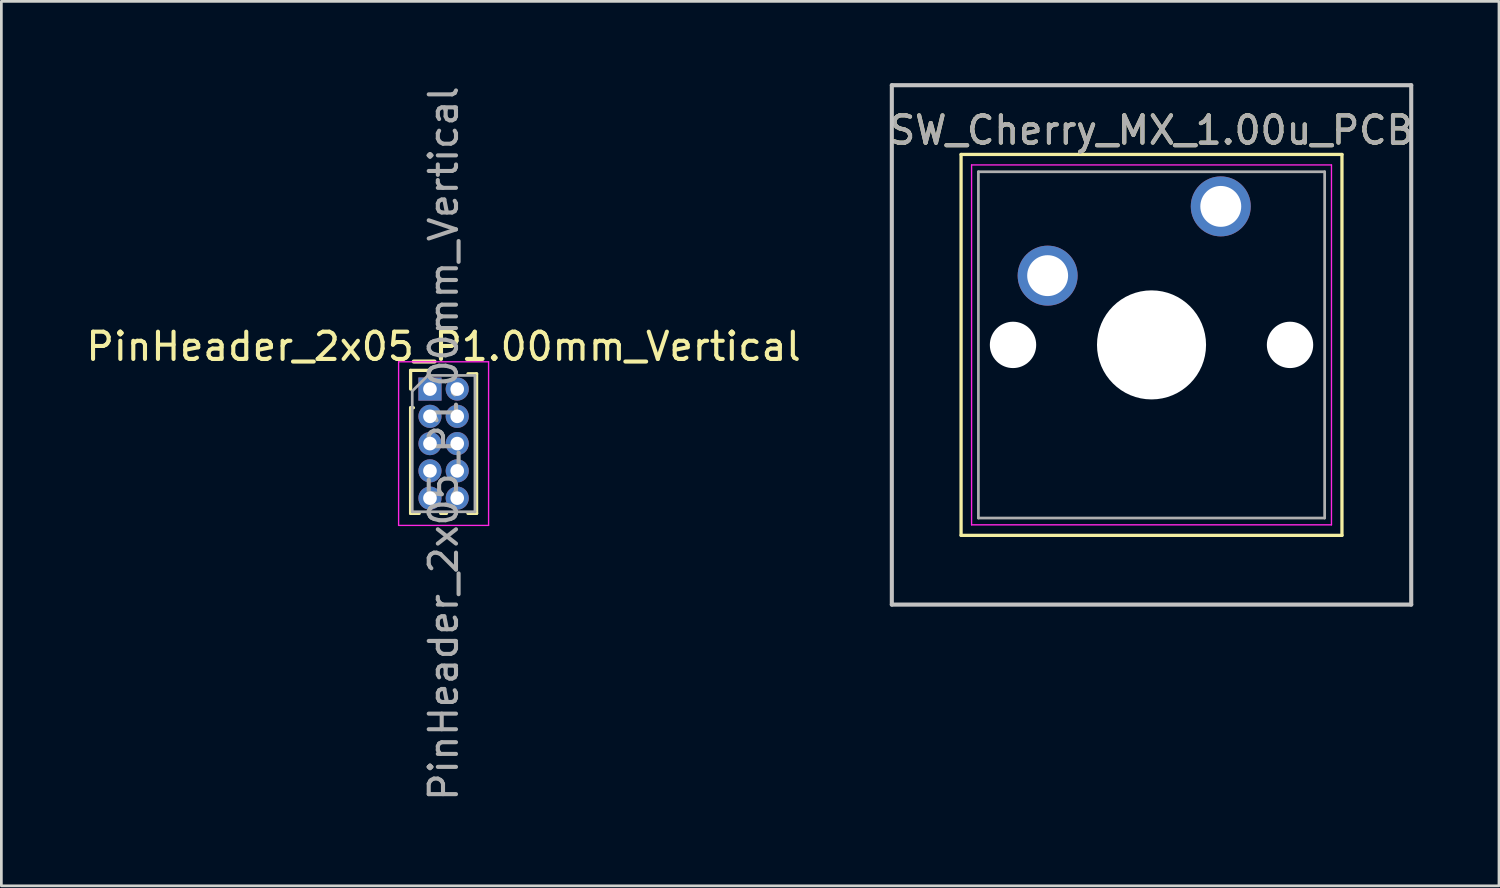
<source format=kicad_pcb>
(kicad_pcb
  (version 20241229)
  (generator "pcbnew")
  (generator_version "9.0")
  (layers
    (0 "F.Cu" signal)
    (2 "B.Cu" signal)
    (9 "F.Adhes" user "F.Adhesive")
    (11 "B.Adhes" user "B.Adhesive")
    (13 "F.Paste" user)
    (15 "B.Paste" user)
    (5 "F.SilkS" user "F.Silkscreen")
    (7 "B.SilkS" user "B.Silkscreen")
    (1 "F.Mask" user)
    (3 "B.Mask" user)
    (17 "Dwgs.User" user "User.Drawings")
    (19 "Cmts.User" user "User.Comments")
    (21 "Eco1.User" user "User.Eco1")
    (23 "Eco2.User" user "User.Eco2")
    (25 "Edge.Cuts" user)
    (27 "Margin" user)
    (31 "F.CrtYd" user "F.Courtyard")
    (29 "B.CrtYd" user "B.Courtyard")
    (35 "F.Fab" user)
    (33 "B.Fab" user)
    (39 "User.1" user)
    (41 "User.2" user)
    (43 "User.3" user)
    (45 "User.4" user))
  (footprint "SW_Cherry_MX_1.00u_PCB"
    (layer "F.Cu")
    (at 41.725 4.52)
    (property "Reference" "SW_Cherry_MX_1.00u_PCB" (at -2.54 -2.794 0) (layer "F.SilkS") (effects (font (size 1 1) (thickness 0.15))))
    (attr through_hole)
    (fp_line (start -9.525 -1.905) (end 4.445 -1.905) (stroke (width 0.12) (type solid)) (layer "F.SilkS"))
    (fp_line (start -9.525 12.065) (end -9.525 -1.905) (stroke (width 0.12) (type solid)) (layer "F.SilkS"))
    (fp_line (start 4.445 -1.905) (end 4.445 12.065) (stroke (width 0.12) (type solid)) (layer "F.SilkS"))
    (fp_line (start 4.445 12.065) (end -9.525 12.065) (stroke (width 0.12) (type solid)) (layer "F.SilkS"))
    (fp_line (start -12.065 -4.445) (end 6.985 -4.445) (stroke (width 0.15) (type solid)) (layer "Dwgs.User"))
    (fp_line (start -12.065 14.605) (end -12.065 -4.445) (stroke (width 0.15) (type solid)) (layer "Dwgs.User"))
    (fp_line (start 6.985 -4.445) (end 6.985 14.605) (stroke (width 0.15) (type solid)) (layer "Dwgs.User"))
    (fp_line (start 6.985 14.605) (end -12.065 14.605) (stroke (width 0.15) (type solid)) (layer "Dwgs.User"))
    (fp_line (start -9.14 -1.52) (end 4.06 -1.52) (stroke (width 0.05) (type solid)) (layer "F.CrtYd"))
    (fp_line (start -9.14 11.68) (end -9.14 -1.52) (stroke (width 0.05) (type solid)) (layer "F.CrtYd"))
    (fp_line (start 4.06 -1.52) (end 4.06 11.68) (stroke (width 0.05) (type solid)) (layer "F.CrtYd"))
    (fp_line (start 4.06 11.68) (end -9.14 11.68) (stroke (width 0.05) (type solid)) (layer "F.CrtYd"))
    (fp_line (start -8.89 -1.27) (end 3.81 -1.27) (stroke (width 0.1) (type solid)) (layer "F.Fab"))
    (fp_line (start -8.89 11.43) (end -8.89 -1.27) (stroke (width 0.1) (type solid)) (layer "F.Fab"))
    (fp_line (start 3.81 -1.27) (end 3.81 11.43) (stroke (width 0.1) (type solid)) (layer "F.Fab"))
    (fp_line (start 3.81 11.43) (end -8.89 11.43) (stroke (width 0.1) (type solid)) (layer "F.Fab"))
    (fp_text user "${REFERENCE}" (at -2.54 -2.794 0) (layer "F.Fab") (effects (font (size 1 1) (thickness 0.15))))
    (pad "" np_thru_hole circle (at -7.62 5.08) (size 1.7 1.7) (drill 1.7) (layers "*.Cu" "*.Mask"))
    (pad "" np_thru_hole circle (at -2.54 5.08) (size 4 4) (drill 4) (layers "*.Cu" "*.Mask"))
    (pad "" np_thru_hole circle (at 2.54 5.08) (size 1.7 1.7) (drill 1.7) (layers "*.Cu" "*.Mask"))
    (pad "1" thru_hole circle (at 0 0) (size 2.2 2.2) (drill 1.5) (layers "*.Cu" "*.Mask"))
    (pad "2" thru_hole circle (at -6.35 2.54) (size 2.2 2.2) (drill 1.5) (layers "*.Cu" "*.Mask")))
  (footprint "PinHeader_2x05_P1.00mm_Vertical"
    (layer "F.Cu")
    (at 12.72 11.22)
    (property "Reference" "PinHeader_2x05_P1.00mm_Vertical" (at 0.5 -1.56 0) (layer "F.SilkS") (effects (font (size 1 1) (thickness 0.15))))
    (attr through_hole)
    (fp_line (start -0.71 -0.685) (end 0 -0.685) (stroke (width 0.12) (type solid)) (layer "F.SilkS"))
    (fp_line (start -0.71 0) (end -0.71 -0.685) (stroke (width 0.12) (type solid)) (layer "F.SilkS"))
    (fp_line (start -0.71 0.685) (end -0.71 4.56) (stroke (width 0.12) (type solid)) (layer "F.SilkS"))
    (fp_line (start -0.71 0.685) (end -0.608 0.685) (stroke (width 0.12) (type solid)) (layer "F.SilkS"))
    (fp_line (start -0.71 4.56) (end -0.394 4.56) (stroke (width 0.12) (type solid)) (layer "F.SilkS"))
    (fp_line (start 0.394 4.56) (end 0.606 4.56) (stroke (width 0.12) (type solid)) (layer "F.SilkS"))
    (fp_line (start 1.394 -0.56) (end 1.71 -0.56) (stroke (width 0.12) (type solid)) (layer "F.SilkS"))
    (fp_line (start 1.394 4.56) (end 1.71 4.56) (stroke (width 0.12) (type solid)) (layer "F.SilkS"))
    (fp_line (start 1.71 -0.56) (end 1.71 4.56) (stroke (width 0.12) (type solid)) (layer "F.SilkS"))
    (fp_line (start -1.15 -1) (end -1.15 5) (stroke (width 0.05) (type solid)) (layer "F.CrtYd"))
    (fp_line (start -1.15 5) (end 2.15 5) (stroke (width 0.05) (type solid)) (layer "F.CrtYd"))
    (fp_line (start 2.15 -1) (end -1.15 -1) (stroke (width 0.05) (type solid)) (layer "F.CrtYd"))
    (fp_line (start 2.15 5) (end 2.15 -1) (stroke (width 0.05) (type solid)) (layer "F.CrtYd"))
    (fp_line (start -0.65 0.075) (end -0.075 -0.5) (stroke (width 0.1) (type solid)) (layer "F.Fab"))
    (fp_line (start -0.65 4.5) (end -0.65 0.075) (stroke (width 0.1) (type solid)) (layer "F.Fab"))
    (fp_line (start -0.075 -0.5) (end 1.65 -0.5) (stroke (width 0.1) (type solid)) (layer "F.Fab"))
    (fp_line (start 1.65 -0.5) (end 1.65 4.5) (stroke (width 0.1) (type solid)) (layer "F.Fab"))
    (fp_line (start 1.65 4.5) (end -0.65 4.5) (stroke (width 0.1) (type solid)) (layer "F.Fab"))
    (fp_text user "${REFERENCE}" (at 0.5 2 90) (layer "F.Fab") (effects (font (size 1 1) (thickness 0.15))))
    (pad "1" thru_hole rect (at 0 0 180) (size 0.85 0.85) (drill 0.5) (layers "*.Cu" "*.Mask"))
    (pad "2" thru_hole oval (at 1 0 180) (size 0.85 0.85) (drill 0.5) (layers "*.Cu" "*.Mask"))
    (pad "3" thru_hole oval (at 0 1 180) (size 0.85 0.85) (drill 0.5) (layers "*.Cu" "*.Mask"))
    (pad "4" thru_hole oval (at 1 1 180) (size 0.85 0.85) (drill 0.5) (layers "*.Cu" "*.Mask"))
    (pad "5" thru_hole oval (at 0 2 180) (size 0.85 0.85) (drill 0.5) (layers "*.Cu" "*.Mask"))
    (pad "6" thru_hole oval (at 1 2 180) (size 0.85 0.85) (drill 0.5) (layers "*.Cu" "*.Mask"))
    (pad "7" thru_hole oval (at 0 3 180) (size 0.85 0.85) (drill 0.5) (layers "*.Cu" "*.Mask"))
    (pad "8" thru_hole oval (at 1 3 180) (size 0.85 0.85) (drill 0.5) (layers "*.Cu" "*.Mask"))
    (pad "9" thru_hole oval (at 0 4 180) (size 0.85 0.85) (drill 0.5) (layers "*.Cu" "*.Mask"))
    (pad "10" thru_hole oval (at 1 4 180) (size 0.85 0.85) (drill 0.5) (layers "*.Cu" "*.Mask")))
  (gr_rect
    (start -3 -3)
    (end 51.929 29.44)
    (stroke (width 0.1) (type default))
    (fill no)
    (layer "Edge.Cuts")))
</source>
